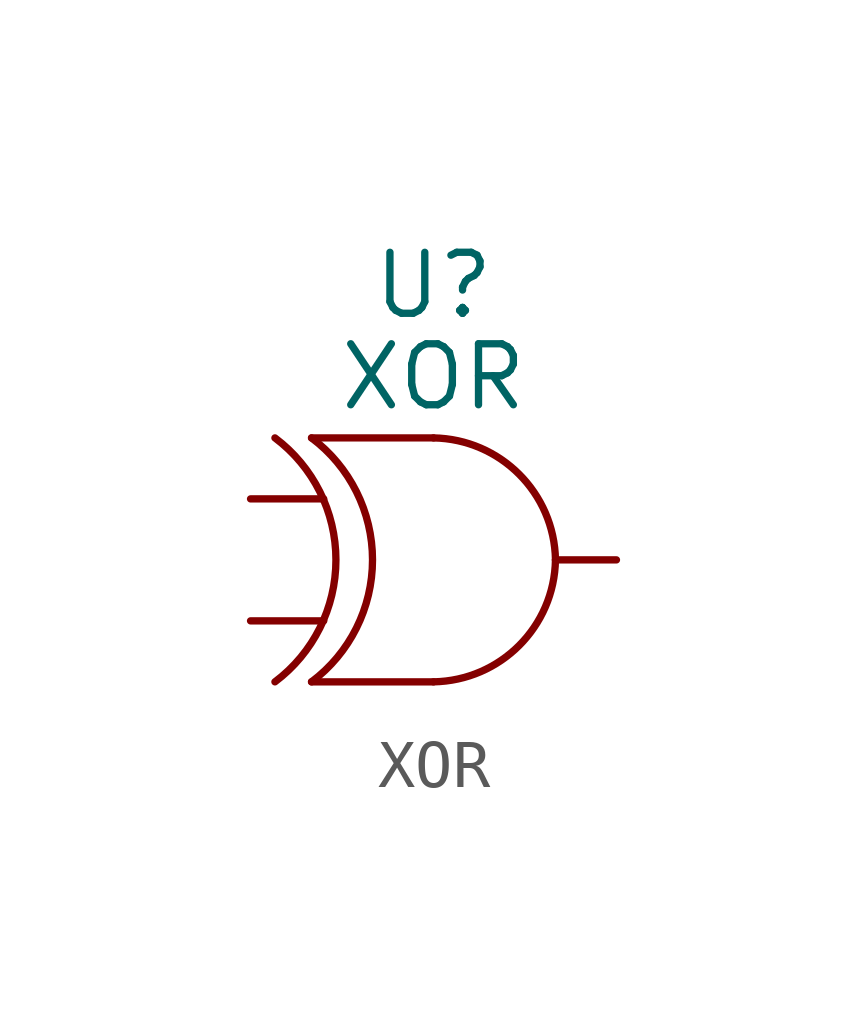
<source format=kicad_sym>
(kicad_symbol_lib
  (version 20231120)
  (generator "kicad_symbol_editor")
  (generator_version "8.0")
  (symbol "XOR"
    (pin_numbers hide)
    (pin_names
      (offset 0) hide)
    (property "Reference" "U"
      (at 0 5.715 0)
      (effects (font (size 1.27 1.27))))
    (property "Value" "XOR"
      (at 0 3.81 0)
      (effects (font (size 1.27 1.27))))
    (property "Footprint" ""
      (at 0 0 0)
      (effects (font (size 1.524 1.524))))
    (property "Datasheet" ""
      (at 0 0 0)
      (effects (font (size 1.524 1.524))))
    (symbol "XOR_0_0"
      (arc (start -3.302 -2.54) (mid -2.032 0) (end -3.302 2.54) (stroke (width 0) (type default)) (fill (type none)))
      (arc (start -2.54 -2.54) (mid -1.27 0) (end -2.54 2.54) (stroke (width 0) (type default)) (fill (type none)))
      (arc (start 0 -2.54) (mid 1.7834 -1.7834) (end 2.54 0) (stroke (width 0) (type default)) (fill (type none)))
      (polyline (pts (xy -2.54 -2.54) (xy 0 -2.54)) (stroke (width 0) (type default)) (fill (type none)))
      (polyline (pts (xy 0 2.54) (xy -2.54 2.54)) (stroke (width 0) (type default)) (fill (type none)))
      (arc (start 2.54 0) (mid 1.7834 1.7834) (end 0 2.54) (stroke (width 0) (type default)) (fill (type none))))
    (symbol "XOR_1_1"
      (pin input line (at -3.81 -1.27 0) (length 1.524) (name "~" (effects (font (size 1.27 1.27)))) (number "~" (effects (font (size 1.27 1.27)))))
      (pin input line (at -3.81 1.27 0) (length 1.524) (name "~" (effects (font (size 1.27 1.27)))) (number "~" (effects (font (size 1.27 1.27)))))
      (pin input line (at 3.81 0 180) (length 1.27) (name "~" (effects (font (size 1.27 1.27)))) (number "~" (effects (font (size 1.27 1.27))))))))
</source>
